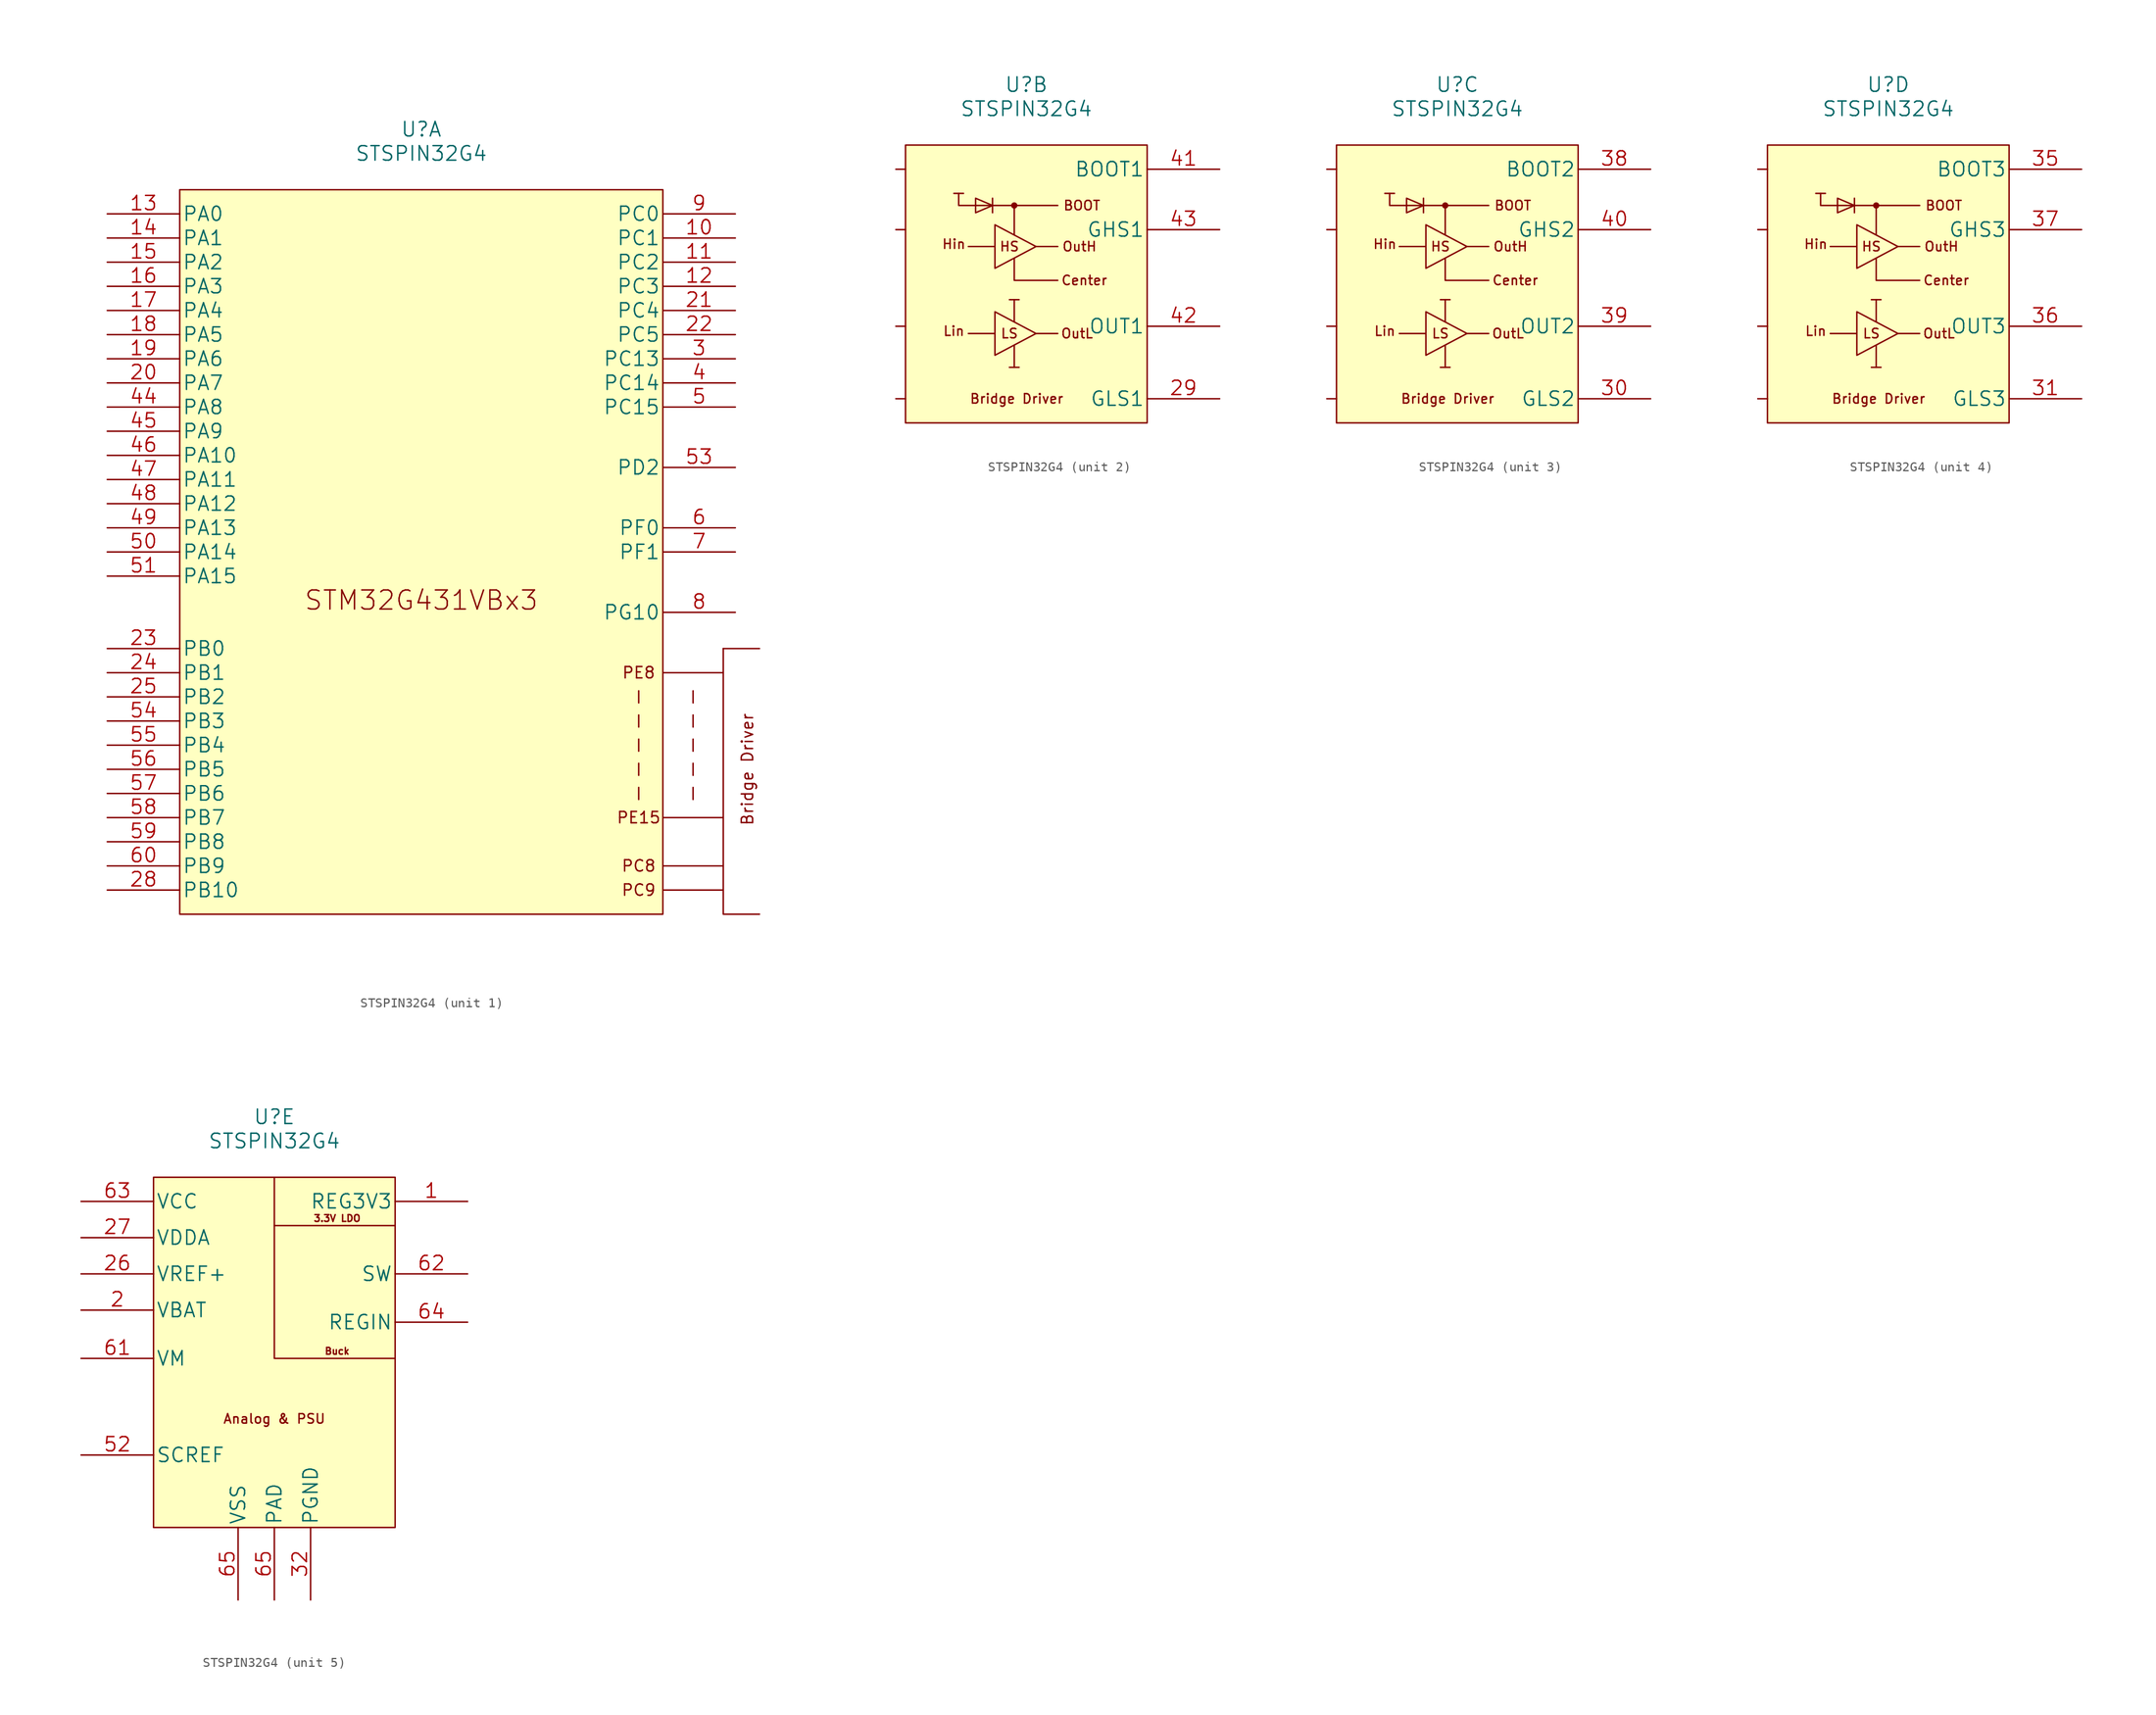
<source format=kicad_sym>
(kicad_symbol_lib
  (version 20220914)
  (generator kicad_symbol_editor)
  (symbol "STSPIN32G4"
    (pin_names
      (offset 0.254))
    (property "Reference" "U"
      (at 0 6.35 0)
      (effects (font (size 1.524 1.524))))
    (property "Value" "STSPIN32G4"
      (at 0 3.81 0)
      (effects (font (size 1.524 1.524))))
    (property "ki_locked" ""
      (at 0 0 0)
      (effects (font (size 1.27 1.27))))
    (symbol "STSPIN32G4_1_0"
      (polyline (pts (xy 25.4 -73.66) (xy 31.75 -73.66)) (stroke (width 0) (type default)) (fill (type none)))
      (polyline (pts (xy 25.4 -71.12) (xy 31.75 -71.12)) (stroke (width 0) (type default)) (fill (type none)))
      (polyline (pts (xy 25.4 -66.04) (xy 31.75 -66.04)) (stroke (width 0) (type default)) (fill (type none)))
      (polyline (pts (xy 25.4 -50.8) (xy 31.75 -50.8)) (stroke (width 0) (type default)) (fill (type none)))
      (polyline (pts (xy 28.575 -62.865) (xy 28.575 -64.135)) (stroke (width 0) (type default)) (fill (type none)))
      (polyline (pts (xy 28.575 -60.325) (xy 28.575 -61.595)) (stroke (width 0) (type default)) (fill (type none)))
      (polyline (pts (xy 28.575 -57.785) (xy 28.575 -59.055)) (stroke (width 0) (type default)) (fill (type none)))
      (polyline (pts (xy 28.575 -55.245) (xy 28.575 -56.515)) (stroke (width 0) (type default)) (fill (type none)))
      (polyline (pts (xy 28.575 -52.705) (xy 28.575 -53.975)) (stroke (width 0) (type default)) (fill (type none)))
      (polyline (pts (xy 31.75 -48.26) (xy 35.56 -48.26)) (stroke (width 0) (type default)) (fill (type none)))
      (polyline (pts (xy 31.75 -48.26) (xy 31.75 -76.2) (xy 35.56 -76.2)) (stroke (width 0) (type default)) (fill (type none)))
      (text "Bridge Driver" (at 34.29 -60.96 900) (effects (font (size 1.194 1.194))))
      (text "PC8" (at 22.86 -71.12 0) (effects (font (size 1.194 1.194))))
      (text "PC9" (at 22.86 -73.66 0) (effects (font (size 1.194 1.194))))
      (text "PE15" (at 22.86 -66.04 0) (effects (font (size 1.194 1.194))))
      (text "PE8" (at 22.86 -50.8 0) (effects (font (size 1.194 1.194))))
      (text "STM32G431VBx3" (at 0 -43.18 0) (effects (font (size 2.007 2.007)))))
    (symbol "STSPIN32G4_1_1"
      (rectangle (start -25.4 0) (end 25.4 -76.2) (stroke (width 0) (type default)) (fill (type background)))
      (polyline (pts (xy 22.86 -62.865) (xy 22.86 -64.135)) (stroke (width 0) (type default)) (fill (type none)))
      (polyline (pts (xy 22.86 -60.325) (xy 22.86 -61.595)) (stroke (width 0) (type default)) (fill (type none)))
      (polyline (pts (xy 22.86 -57.785) (xy 22.86 -59.055)) (stroke (width 0) (type default)) (fill (type none)))
      (polyline (pts (xy 22.86 -55.245) (xy 22.86 -56.515)) (stroke (width 0) (type default)) (fill (type none)))
      (polyline (pts (xy 22.86 -52.705) (xy 22.86 -53.975)) (stroke (width 0) (type default)) (fill (type none)))
      (pin bidirectional line (at 33.02 -5.08 180) (length 7.62) (name "PC1" (effects (font (size 1.499 1.499)))) (number "10" (effects (font (size 1.499 1.499)))))
      (pin bidirectional line (at 33.02 -7.62 180) (length 7.62) (name "PC2" (effects (font (size 1.499 1.499)))) (number "11" (effects (font (size 1.499 1.499)))))
      (pin bidirectional line (at 33.02 -10.16 180) (length 7.62) (name "PC3" (effects (font (size 1.499 1.499)))) (number "12" (effects (font (size 1.499 1.499)))))
      (pin bidirectional line (at -33.02 -2.54 0) (length 7.62) (name "PA0" (effects (font (size 1.499 1.499)))) (number "13" (effects (font (size 1.499 1.499)))))
      (pin bidirectional line (at -33.02 -5.08 0) (length 7.62) (name "PA1" (effects (font (size 1.499 1.499)))) (number "14" (effects (font (size 1.499 1.499)))))
      (pin bidirectional line (at -33.02 -7.62 0) (length 7.62) (name "PA2" (effects (font (size 1.499 1.499)))) (number "15" (effects (font (size 1.499 1.499)))))
      (pin bidirectional line (at -33.02 -10.16 0) (length 7.62) (name "PA3" (effects (font (size 1.499 1.499)))) (number "16" (effects (font (size 1.499 1.499)))))
      (pin bidirectional line (at -33.02 -12.7 0) (length 7.62) (name "PA4" (effects (font (size 1.499 1.499)))) (number "17" (effects (font (size 1.499 1.499)))))
      (pin bidirectional line (at -33.02 -15.24 0) (length 7.62) (name "PA5" (effects (font (size 1.499 1.499)))) (number "18" (effects (font (size 1.499 1.499)))))
      (pin bidirectional line (at -33.02 -17.78 0) (length 7.62) (name "PA6" (effects (font (size 1.499 1.499)))) (number "19" (effects (font (size 1.499 1.499)))))
      (pin bidirectional line (at -33.02 -20.32 0) (length 7.62) (name "PA7" (effects (font (size 1.499 1.499)))) (number "20" (effects (font (size 1.499 1.499)))))
      (pin bidirectional line (at 33.02 -12.7 180) (length 7.62) (name "PC4" (effects (font (size 1.499 1.499)))) (number "21" (effects (font (size 1.499 1.499)))))
      (pin bidirectional line (at 33.02 -15.24 180) (length 7.62) (name "PC5" (effects (font (size 1.499 1.499)))) (number "22" (effects (font (size 1.499 1.499)))))
      (pin bidirectional line (at -33.02 -48.26 0) (length 7.62) (name "PB0" (effects (font (size 1.499 1.499)))) (number "23" (effects (font (size 1.499 1.499)))))
      (pin bidirectional line (at -33.02 -50.8 0) (length 7.62) (name "PB1" (effects (font (size 1.499 1.499)))) (number "24" (effects (font (size 1.499 1.499)))))
      (pin bidirectional line (at -33.02 -53.34 0) (length 7.62) (name "PB2" (effects (font (size 1.499 1.499)))) (number "25" (effects (font (size 1.499 1.499)))))
      (pin bidirectional line (at -33.02 -73.66 0) (length 7.62) (name "PB10" (effects (font (size 1.499 1.499)))) (number "28" (effects (font (size 1.499 1.499)))))
      (pin bidirectional line (at 33.02 -17.78 180) (length 7.62) (name "PC13" (effects (font (size 1.499 1.499)))) (number "3" (effects (font (size 1.499 1.499)))))
      (pin bidirectional line (at 33.02 -20.32 180) (length 7.62) (name "PC14" (effects (font (size 1.499 1.499)))) (number "4" (effects (font (size 1.499 1.499)))))
      (pin bidirectional line (at -33.02 -22.86 0) (length 7.62) (name "PA8" (effects (font (size 1.499 1.499)))) (number "44" (effects (font (size 1.499 1.499)))))
      (pin bidirectional line (at -33.02 -25.4 0) (length 7.62) (name "PA9" (effects (font (size 1.499 1.499)))) (number "45" (effects (font (size 1.499 1.499)))))
      (pin bidirectional line (at -33.02 -27.94 0) (length 7.62) (name "PA10" (effects (font (size 1.499 1.499)))) (number "46" (effects (font (size 1.499 1.499)))))
      (pin bidirectional line (at -33.02 -30.48 0) (length 7.62) (name "PA11" (effects (font (size 1.499 1.499)))) (number "47" (effects (font (size 1.499 1.499)))))
      (pin bidirectional line (at -33.02 -33.02 0) (length 7.62) (name "PA12" (effects (font (size 1.499 1.499)))) (number "48" (effects (font (size 1.499 1.499)))))
      (pin bidirectional line (at -33.02 -35.56 0) (length 7.62) (name "PA13" (effects (font (size 1.499 1.499)))) (number "49" (effects (font (size 1.499 1.499)))))
      (pin bidirectional line (at 33.02 -22.86 180) (length 7.62) (name "PC15" (effects (font (size 1.499 1.499)))) (number "5" (effects (font (size 1.499 1.499)))))
      (pin bidirectional line (at -33.02 -38.1 0) (length 7.62) (name "PA14" (effects (font (size 1.499 1.499)))) (number "50" (effects (font (size 1.499 1.499)))))
      (pin bidirectional line (at -33.02 -40.64 0) (length 7.62) (name "PA15" (effects (font (size 1.499 1.499)))) (number "51" (effects (font (size 1.499 1.499)))))
      (pin bidirectional line (at 33.02 -29.21 180) (length 7.62) (name "PD2" (effects (font (size 1.499 1.499)))) (number "53" (effects (font (size 1.499 1.499)))))
      (pin bidirectional line (at -33.02 -55.88 0) (length 7.62) (name "PB3" (effects (font (size 1.499 1.499)))) (number "54" (effects (font (size 1.499 1.499)))))
      (pin bidirectional line (at -33.02 -58.42 0) (length 7.62) (name "PB4" (effects (font (size 1.499 1.499)))) (number "55" (effects (font (size 1.499 1.499)))))
      (pin bidirectional line (at -33.02 -60.96 0) (length 7.62) (name "PB5" (effects (font (size 1.499 1.499)))) (number "56" (effects (font (size 1.499 1.499)))))
      (pin bidirectional line (at -33.02 -63.5 0) (length 7.62) (name "PB6" (effects (font (size 1.499 1.499)))) (number "57" (effects (font (size 1.499 1.499)))))
      (pin bidirectional line (at -33.02 -66.04 0) (length 7.62) (name "PB7" (effects (font (size 1.499 1.499)))) (number "58" (effects (font (size 1.499 1.499)))))
      (pin bidirectional line (at -33.02 -68.58 0) (length 7.62) (name "PB8" (effects (font (size 1.499 1.499)))) (number "59" (effects (font (size 1.499 1.499)))))
      (pin bidirectional line (at 33.02 -35.56 180) (length 7.62) (name "PF0" (effects (font (size 1.499 1.499)))) (number "6" (effects (font (size 1.499 1.499)))))
      (pin bidirectional line (at -33.02 -71.12 0) (length 7.62) (name "PB9" (effects (font (size 1.499 1.499)))) (number "60" (effects (font (size 1.499 1.499)))))
      (pin bidirectional line (at 33.02 -38.1 180) (length 7.62) (name "PF1" (effects (font (size 1.499 1.499)))) (number "7" (effects (font (size 1.499 1.499)))))
      (pin unspecified line (at 33.02 -44.45 180) (length 7.62) (name "PG10" (effects (font (size 1.499 1.499)))) (number "8" (effects (font (size 1.499 1.499)))))
      (pin bidirectional line (at 33.02 -2.54 180) (length 7.62) (name "PC0" (effects (font (size 1.499 1.499)))) (number "9" (effects (font (size 1.499 1.499))))))
    (symbol "STSPIN32G4_2_0"
      (rectangle (start -12.7 0) (end 12.7 -29.21) (stroke (width 0) (type default)) (fill (type background)))
      (circle (center -1.27 -6.35) (radius 0.254) (stroke (width 0) (type default)) (fill (type outline)))
      (polyline (pts (xy -12.7 -26.67) (xy -13.716 -26.67)) (stroke (width 0) (type default)) (fill (type none)))
      (polyline (pts (xy -7.112 -5.08) (xy -6.604 -5.08)) (stroke (width 0) (type default)) (fill (type none)))
      (polyline (pts (xy -3.556 -5.588) (xy -3.556 -7.112)) (stroke (width 0) (type default)) (fill (type none)))
      (polyline (pts (xy -1.27 -6.35) (xy 3.302 -6.35)) (stroke (width 0) (type default)) (fill (type none)))
      (polyline (pts (xy 1.016 -10.668) (xy 3.302 -10.668)) (stroke (width 0) (type default)) (fill (type none)))
      (polyline (pts (xy -1.27 -11.938) (xy -1.27 -14.224) (xy 3.302 -14.224)) (stroke (width 0) (type default)) (fill (type none)))
      (polyline (pts (xy -5.334 -5.588) (xy -5.334 -7.112) (xy -3.556 -6.35) (xy -5.334 -5.588)) (stroke (width 0) (type default)) (fill (type none)))
      (polyline (pts (xy -1.27 -9.398) (xy -1.27 -6.35) (xy -7.112 -6.35) (xy -7.112 -5.08) (xy -7.62 -5.08)) (stroke (width 0) (type default)) (fill (type none)))
      (polyline (pts (xy -6.096 -10.668) (xy -3.302 -10.668) (xy -3.302 -8.382) (xy 1.016 -10.668) (xy -3.302 -12.954) (xy -3.302 -10.668)) (stroke (width 0) (type default)) (fill (type none)))
      (text "BOOT" (at 5.842 -6.35 0) (effects (font (size 0.991 0.991))))
      (text "Center" (at 6.096 -14.224 0) (effects (font (size 0.991 0.991))))
      (text "Hin" (at -7.62 -10.414 0) (effects (font (size 0.991 0.991))))
      (text "HS" (at -1.778 -10.668 0) (effects (font (size 0.991 0.991))))
      (text "Lin" (at -7.62 -19.558 0) (effects (font (size 0.991 0.991))))
      (text "OutH" (at 5.588 -10.668 0) (effects (font (size 0.991 0.991))))
      (text "OutL" (at 5.334 -19.812 0) (effects (font (size 0.991 0.991)))))
    (symbol "STSPIN32G4_2_1"
      (polyline (pts (xy -12.7 -19.05) (xy -13.716 -19.05)) (stroke (width 0) (type default)) (fill (type none)))
      (polyline (pts (xy -12.7 -8.89) (xy -13.716 -8.89)) (stroke (width 0) (type default)) (fill (type none)))
      (polyline (pts (xy -12.7 -2.54) (xy -13.716 -2.54)) (stroke (width 0) (type default)) (fill (type none)))
      (polyline (pts (xy -1.27 -23.368) (xy -0.762 -23.368)) (stroke (width 0) (type default)) (fill (type none)))
      (polyline (pts (xy -1.27 -16.256) (xy -1.778 -16.256)) (stroke (width 0) (type default)) (fill (type none)))
      (polyline (pts (xy 1.016 -19.812) (xy 3.302 -19.812)) (stroke (width 0) (type default)) (fill (type none)))
      (polyline (pts (xy -1.27 -21.082) (xy -1.27 -23.368) (xy -1.778 -23.368)) (stroke (width 0) (type default)) (fill (type none)))
      (polyline (pts (xy -1.27 -18.542) (xy -1.27 -16.256) (xy -0.762 -16.256)) (stroke (width 0) (type default)) (fill (type none)))
      (polyline (pts (xy -6.096 -19.812) (xy -3.302 -19.812) (xy -3.302 -17.526) (xy 1.016 -19.812) (xy -3.302 -22.098) (xy -3.302 -19.812)) (stroke (width 0) (type default)) (fill (type none)))
      (text "Bridge Driver" (at -1.016 -26.67 0) (effects (font (size 0.991 0.991))))
      (text "LS" (at -1.778 -19.812 0) (effects (font (size 0.991 0.991))))
      (pin bidirectional line (at 20.32 -26.67 180) (length 7.62) (name "GLS1" (effects (font (size 1.499 1.499)))) (number "29" (effects (font (size 1.499 1.499)))))
      (pin bidirectional line (at 20.32 -2.54 180) (length 7.62) (name "BOOT1" (effects (font (size 1.499 1.499)))) (number "41" (effects (font (size 1.499 1.499)))))
      (pin output line (at 20.32 -19.05 180) (length 7.62) (name "OUT1" (effects (font (size 1.499 1.499)))) (number "42" (effects (font (size 1.499 1.499)))))
      (pin bidirectional line (at 20.32 -8.89 180) (length 7.62) (name "GHS1" (effects (font (size 1.499 1.499)))) (number "43" (effects (font (size 1.499 1.499))))))
    (symbol "STSPIN32G4_3_1"
      (rectangle (start -12.7 0) (end 12.7 -29.21) (stroke (width 0) (type default)) (fill (type background)))
      (circle (center -1.27 -6.35) (radius 0.254) (stroke (width 0) (type default)) (fill (type outline)))
      (polyline (pts (xy -12.7 -26.67) (xy -13.716 -26.67)) (stroke (width 0) (type default)) (fill (type none)))
      (polyline (pts (xy -12.7 -19.05) (xy -13.716 -19.05)) (stroke (width 0) (type default)) (fill (type none)))
      (polyline (pts (xy -12.7 -8.89) (xy -13.716 -8.89)) (stroke (width 0) (type default)) (fill (type none)))
      (polyline (pts (xy -12.7 -2.54) (xy -13.716 -2.54)) (stroke (width 0) (type default)) (fill (type none)))
      (polyline (pts (xy -7.112 -5.08) (xy -6.604 -5.08)) (stroke (width 0) (type default)) (fill (type none)))
      (polyline (pts (xy -3.556 -5.588) (xy -3.556 -7.112)) (stroke (width 0) (type default)) (fill (type none)))
      (polyline (pts (xy -1.27 -23.368) (xy -0.762 -23.368)) (stroke (width 0) (type default)) (fill (type none)))
      (polyline (pts (xy -1.27 -16.256) (xy -1.778 -16.256)) (stroke (width 0) (type default)) (fill (type none)))
      (polyline (pts (xy -1.27 -6.35) (xy 3.302 -6.35)) (stroke (width 0) (type default)) (fill (type none)))
      (polyline (pts (xy 1.016 -19.812) (xy 3.302 -19.812)) (stroke (width 0) (type default)) (fill (type none)))
      (polyline (pts (xy 1.016 -10.668) (xy 3.302 -10.668)) (stroke (width 0) (type default)) (fill (type none)))
      (polyline (pts (xy -1.27 -21.082) (xy -1.27 -23.368) (xy -1.778 -23.368)) (stroke (width 0) (type default)) (fill (type none)))
      (polyline (pts (xy -1.27 -18.542) (xy -1.27 -16.256) (xy -0.762 -16.256)) (stroke (width 0) (type default)) (fill (type none)))
      (polyline (pts (xy -1.27 -11.938) (xy -1.27 -14.224) (xy 3.302 -14.224)) (stroke (width 0) (type default)) (fill (type none)))
      (polyline (pts (xy -5.334 -5.588) (xy -5.334 -7.112) (xy -3.556 -6.35) (xy -5.334 -5.588)) (stroke (width 0) (type default)) (fill (type none)))
      (polyline (pts (xy -1.27 -9.398) (xy -1.27 -6.35) (xy -7.112 -6.35) (xy -7.112 -5.08) (xy -7.62 -5.08)) (stroke (width 0) (type default)) (fill (type none)))
      (polyline (pts (xy -6.096 -19.812) (xy -3.302 -19.812) (xy -3.302 -17.526) (xy 1.016 -19.812) (xy -3.302 -22.098) (xy -3.302 -19.812)) (stroke (width 0) (type default)) (fill (type none)))
      (polyline (pts (xy -6.096 -10.668) (xy -3.302 -10.668) (xy -3.302 -8.382) (xy 1.016 -10.668) (xy -3.302 -12.954) (xy -3.302 -10.668)) (stroke (width 0) (type default)) (fill (type none)))
      (text "BOOT" (at 5.842 -6.35 0) (effects (font (size 0.991 0.991))))
      (text "Bridge Driver" (at -1.016 -26.67 0) (effects (font (size 0.991 0.991))))
      (text "Center" (at 6.096 -14.224 0) (effects (font (size 0.991 0.991))))
      (text "Hin" (at -7.62 -10.414 0) (effects (font (size 0.991 0.991))))
      (text "HS" (at -1.778 -10.668 0) (effects (font (size 0.991 0.991))))
      (text "Lin" (at -7.62 -19.558 0) (effects (font (size 0.991 0.991))))
      (text "LS" (at -1.778 -19.812 0) (effects (font (size 0.991 0.991))))
      (text "OutH" (at 5.588 -10.668 0) (effects (font (size 0.991 0.991))))
      (text "OutL" (at 5.334 -19.812 0) (effects (font (size 0.991 0.991))))
      (pin bidirectional line (at 20.32 -26.67 180) (length 7.62) (name "GLS2" (effects (font (size 1.499 1.499)))) (number "30" (effects (font (size 1.499 1.499)))))
      (pin bidirectional line (at 20.32 -2.54 180) (length 7.62) (name "BOOT2" (effects (font (size 1.499 1.499)))) (number "38" (effects (font (size 1.499 1.499)))))
      (pin output line (at 20.32 -19.05 180) (length 7.62) (name "OUT2" (effects (font (size 1.499 1.499)))) (number "39" (effects (font (size 1.499 1.499)))))
      (pin bidirectional line (at 20.32 -8.89 180) (length 7.62) (name "GHS2" (effects (font (size 1.499 1.499)))) (number "40" (effects (font (size 1.499 1.499))))))
    (symbol "STSPIN32G4_4_1"
      (rectangle (start -12.7 0) (end 12.7 -29.21) (stroke (width 0) (type default)) (fill (type background)))
      (circle (center -1.27 -6.35) (radius 0.254) (stroke (width 0) (type default)) (fill (type outline)))
      (polyline (pts (xy -12.7 -26.67) (xy -13.716 -26.67)) (stroke (width 0) (type default)) (fill (type none)))
      (polyline (pts (xy -12.7 -19.05) (xy -13.716 -19.05)) (stroke (width 0) (type default)) (fill (type none)))
      (polyline (pts (xy -12.7 -8.89) (xy -13.716 -8.89)) (stroke (width 0) (type default)) (fill (type none)))
      (polyline (pts (xy -12.7 -2.54) (xy -13.716 -2.54)) (stroke (width 0) (type default)) (fill (type none)))
      (polyline (pts (xy -7.112 -5.08) (xy -6.604 -5.08)) (stroke (width 0) (type default)) (fill (type none)))
      (polyline (pts (xy -3.556 -5.588) (xy -3.556 -7.112)) (stroke (width 0) (type default)) (fill (type none)))
      (polyline (pts (xy -1.27 -23.368) (xy -0.762 -23.368)) (stroke (width 0) (type default)) (fill (type none)))
      (polyline (pts (xy -1.27 -16.256) (xy -1.778 -16.256)) (stroke (width 0) (type default)) (fill (type none)))
      (polyline (pts (xy -1.27 -6.35) (xy 3.302 -6.35)) (stroke (width 0) (type default)) (fill (type none)))
      (polyline (pts (xy 1.016 -19.812) (xy 3.302 -19.812)) (stroke (width 0) (type default)) (fill (type none)))
      (polyline (pts (xy 1.016 -10.668) (xy 3.302 -10.668)) (stroke (width 0) (type default)) (fill (type none)))
      (polyline (pts (xy -1.27 -21.082) (xy -1.27 -23.368) (xy -1.778 -23.368)) (stroke (width 0) (type default)) (fill (type none)))
      (polyline (pts (xy -1.27 -18.542) (xy -1.27 -16.256) (xy -0.762 -16.256)) (stroke (width 0) (type default)) (fill (type none)))
      (polyline (pts (xy -1.27 -11.938) (xy -1.27 -14.224) (xy 3.302 -14.224)) (stroke (width 0) (type default)) (fill (type none)))
      (polyline (pts (xy -5.334 -5.588) (xy -5.334 -7.112) (xy -3.556 -6.35) (xy -5.334 -5.588)) (stroke (width 0) (type default)) (fill (type none)))
      (polyline (pts (xy -1.27 -9.398) (xy -1.27 -6.35) (xy -7.112 -6.35) (xy -7.112 -5.08) (xy -7.62 -5.08)) (stroke (width 0) (type default)) (fill (type none)))
      (polyline (pts (xy -6.096 -19.812) (xy -3.302 -19.812) (xy -3.302 -17.526) (xy 1.016 -19.812) (xy -3.302 -22.098) (xy -3.302 -19.812)) (stroke (width 0) (type default)) (fill (type none)))
      (polyline (pts (xy -6.096 -10.668) (xy -3.302 -10.668) (xy -3.302 -8.382) (xy 1.016 -10.668) (xy -3.302 -12.954) (xy -3.302 -10.668)) (stroke (width 0) (type default)) (fill (type none)))
      (text "BOOT" (at 5.842 -6.35 0) (effects (font (size 0.991 0.991))))
      (text "Bridge Driver" (at -1.016 -26.67 0) (effects (font (size 0.991 0.991))))
      (text "Center" (at 6.096 -14.224 0) (effects (font (size 0.991 0.991))))
      (text "Hin" (at -7.62 -10.414 0) (effects (font (size 0.991 0.991))))
      (text "HS" (at -1.778 -10.668 0) (effects (font (size 0.991 0.991))))
      (text "Lin" (at -7.62 -19.558 0) (effects (font (size 0.991 0.991))))
      (text "LS" (at -1.778 -19.812 0) (effects (font (size 0.991 0.991))))
      (text "OutH" (at 5.588 -10.668 0) (effects (font (size 0.991 0.991))))
      (text "OutL" (at 5.334 -19.812 0) (effects (font (size 0.991 0.991))))
      (pin bidirectional line (at 20.32 -26.67 180) (length 7.62) (name "GLS3" (effects (font (size 1.499 1.499)))) (number "31" (effects (font (size 1.499 1.499)))))
      (pin bidirectional line (at 20.32 -2.54 180) (length 7.62) (name "BOOT3" (effects (font (size 1.499 1.499)))) (number "35" (effects (font (size 1.499 1.499)))))
      (pin output line (at 20.32 -19.05 180) (length 7.62) (name "OUT3" (effects (font (size 1.499 1.499)))) (number "36" (effects (font (size 1.499 1.499)))))
      (pin bidirectional line (at 20.32 -8.89 180) (length 7.62) (name "GHS3" (effects (font (size 1.499 1.499)))) (number "37" (effects (font (size 1.499 1.499))))))
    (symbol "STSPIN32G4_5_0"
      (rectangle (start -12.7 -36.83) (end 12.7 0) (stroke (width 0) (type default)) (fill (type background)))
      (polyline (pts (xy 0 -5.08) (xy 0 -19.05) (xy 12.7 -19.05)) (stroke (width 0) (type default)) (fill (type none)))
      (polyline (pts (xy 0 0) (xy 0 -5.08) (xy 12.7 -5.08)) (stroke (width 0) (type default)) (fill (type none)))
      (text "3.3V LDO" (at 6.604 -4.318 0) (effects (font (size 0.711 0.711))))
      (text "Analog & PSU" (at 0 -25.4 0) (effects (font (size 0.991 0.991)))))
    (symbol "STSPIN32G4_5_1"
      (text "Buck" (at 6.604 -18.288 0) (effects (font (size 0.711 0.711))))
      (pin power_in line (at 20.32 -2.54 180) (length 7.62) (name "REG3V3" (effects (font (size 1.499 1.499)))) (number "1" (effects (font (size 1.499 1.499)))))
      (pin unspecified line (at -20.32 -13.97 0) (length 7.62) (name "VBAT" (effects (font (size 1.499 1.499)))) (number "2" (effects (font (size 1.499 1.499)))))
      (pin power_in line (at -20.32 -10.16 0) (length 7.62) (name "VREF+" (effects (font (size 1.499 1.499)))) (number "26" (effects (font (size 1.499 1.499)))))
      (pin power_in line (at -20.32 -6.35 0) (length 7.62) (name "VDDA" (effects (font (size 1.499 1.499)))) (number "27" (effects (font (size 1.499 1.499)))))
      (pin power_in line (at 3.81 -44.45 90) (length 7.62) (name "PGND" (effects (font (size 1.499 1.499)))) (number "32" (effects (font (size 1.499 1.499)))))
      (pin no_connect line (at -20.32 -31.75 0) (length 7.62) hide (name "NC" (effects (font (size 1.499 1.499)))) (number "33" (effects (font (size 1.499 1.499)))))
      (pin no_connect line (at -20.32 -34.29 0) (length 7.62) hide (name "NC" (effects (font (size 1.499 1.499)))) (number "34" (effects (font (size 1.499 1.499)))))
      (pin unspecified line (at -20.32 -29.21 0) (length 7.62) (name "SCREF" (effects (font (size 1.499 1.499)))) (number "52" (effects (font (size 1.499 1.499)))))
      (pin unspecified line (at -20.32 -19.05 0) (length 7.62) (name "VM" (effects (font (size 1.499 1.499)))) (number "61" (effects (font (size 1.499 1.499)))))
      (pin unspecified line (at 20.32 -10.16 180) (length 7.62) (name "SW" (effects (font (size 1.499 1.499)))) (number "62" (effects (font (size 1.499 1.499)))))
      (pin power_in line (at -20.32 -2.54 0) (length 7.62) (name "VCC" (effects (font (size 1.499 1.499)))) (number "63" (effects (font (size 1.499 1.499)))))
      (pin unspecified line (at 20.32 -15.24 180) (length 7.62) (name "REGIN" (effects (font (size 1.499 1.499)))) (number "64" (effects (font (size 1.499 1.499)))))
      (pin passive line (at 0 -44.45 90) (length 7.62) (name "PAD" (effects (font (size 1.499 1.499)))) (number "65" (effects (font (size 1.499 1.499)))))
      (pin power_in line (at -3.81 -44.45 90) (length 7.62) (name "VSS" (effects (font (size 1.499 1.499)))) (number "65" (effects (font (size 1.499 1.499))))))))
</source>
